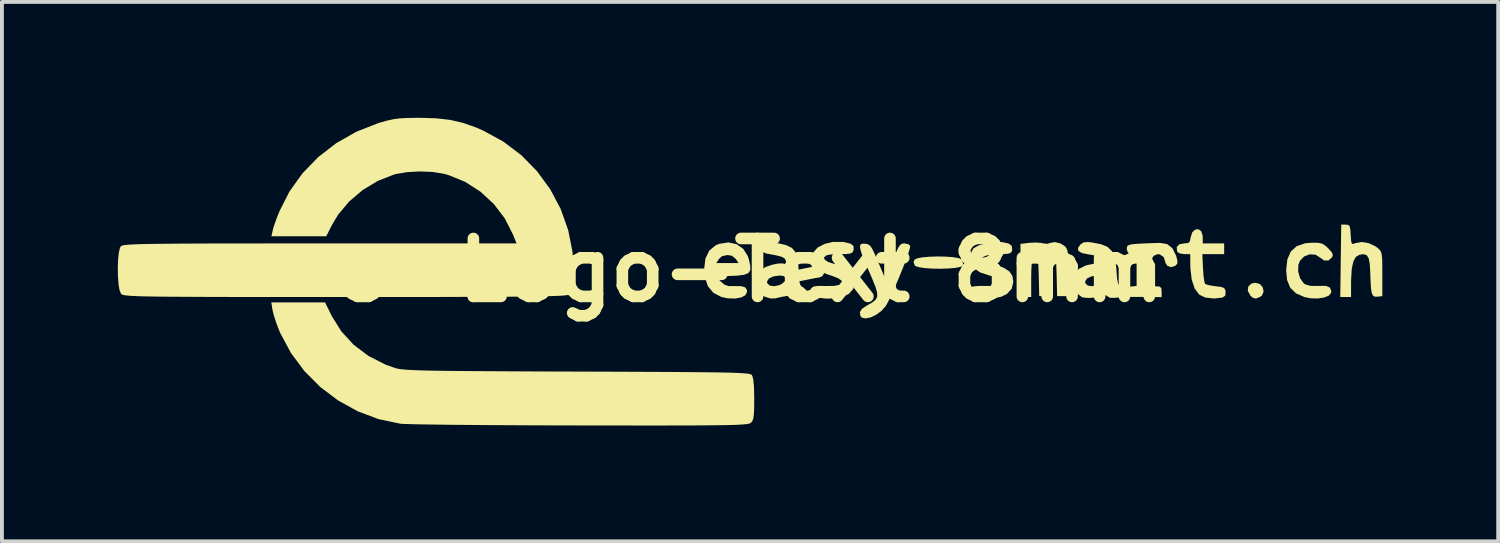
<source format=kicad_pcb>
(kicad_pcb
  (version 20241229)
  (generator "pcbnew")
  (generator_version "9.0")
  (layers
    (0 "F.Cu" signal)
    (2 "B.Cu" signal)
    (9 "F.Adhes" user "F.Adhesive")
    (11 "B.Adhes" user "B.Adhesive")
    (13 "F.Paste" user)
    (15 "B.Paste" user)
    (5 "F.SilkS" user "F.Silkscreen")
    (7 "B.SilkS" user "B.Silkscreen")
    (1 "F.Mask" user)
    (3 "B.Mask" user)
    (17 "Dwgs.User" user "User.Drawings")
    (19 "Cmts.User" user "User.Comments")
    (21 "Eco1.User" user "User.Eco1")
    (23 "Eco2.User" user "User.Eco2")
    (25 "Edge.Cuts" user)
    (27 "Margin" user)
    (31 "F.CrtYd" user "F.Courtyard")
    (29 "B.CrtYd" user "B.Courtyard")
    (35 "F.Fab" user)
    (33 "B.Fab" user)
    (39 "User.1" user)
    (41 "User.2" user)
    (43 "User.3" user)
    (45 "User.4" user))
  (footprint "e-Logo-Text 8mm"
    (layer "F.Cu")
    (at 16.385 3.946)
    (property "Reference" "e-Logo-Text 8mm" (at 0 0 0) (layer "F.SilkS") (effects (font (size 1.5 1.5) (thickness 0.3))))
    (attr board_only exclude_from_pos_files exclude_from_bom)
    (fp_poly (pts (xy 13.186 0.359) (xy 13.259 0.445) (xy 13.281 0.552) (xy 13.241 0.651) (xy 13.189 0.692) (xy 13.079 0.735) (xy 12.999 0.713) (xy 12.938 0.656) (xy 12.872 0.533) (xy 12.884 0.422) (xy 12.965 0.345) (xy 13.07 0.324)) (stroke (width 0) (type solid)) (fill yes) (layer "F.SilkS"))
    (fp_poly (pts (xy 5.052 -0.352) (xy 5.241 -0.338) (xy 5.388 -0.313) (xy 5.468 -0.279) (xy 5.473 -0.272) (xy 5.5 -0.171) (xy 5.491 -0.122) (xy 5.434 -0.087) (xy 5.305 -0.061) (xy 5.128 -0.045) (xy 4.924 -0.038) (xy 4.714 -0.041) (xy 4.521 -0.053) (xy 4.365 -0.076) (xy 4.268 -0.107) (xy 4.253 -0.12) (xy 4.217 -0.208) (xy 4.241 -0.27) (xy 4.309 -0.306) (xy 4.447 -0.333) (xy 4.632 -0.349) (xy 4.841 -0.356)) (stroke (width 0) (type solid)) (fill yes) (layer "F.SilkS"))
    (fp_poly (pts (xy 14.692 -0.71) (xy 14.798 -0.687) (xy 14.884 -0.632) (xy 14.955 -0.566) (xy 15.046 -0.464) (xy 15.074 -0.394) (xy 15.054 -0.335) (xy 14.959 -0.251) (xy 14.846 -0.253) (xy 14.753 -0.32) (xy 14.622 -0.402) (xy 14.472 -0.411) (xy 14.33 -0.355) (xy 14.222 -0.243) (xy 14.181 -0.139) (xy 14.176 0.035) (xy 14.225 0.205) (xy 14.316 0.335) (xy 14.364 0.369) (xy 14.5 0.406) (xy 14.69 0.408) (xy 14.709 0.406) (xy 14.894 0.406) (xy 15 0.451) (xy 15.033 0.542) (xy 15.028 0.586) (xy 14.972 0.657) (xy 14.848 0.707) (xy 14.683 0.732) (xy 14.5 0.728) (xy 14.34 0.696) (xy 14.12 0.599) (xy 13.972 0.455) (xy 13.889 0.255) (xy 13.865 0) (xy 13.895 -0.276) (xy 13.985 -0.483) (xy 14.139 -0.623) (xy 14.357 -0.698) (xy 14.53 -0.712)) (stroke (width 0) (type solid)) (fill yes) (layer "F.SilkS"))
    (fp_poly (pts (xy 15.472 -1.173) (xy 15.509 -1.137) (xy 15.527 -1.049) (xy 15.536 -0.916) (xy 15.546 -0.768) (xy 15.562 -0.695) (xy 15.594 -0.678) (xy 15.654 -0.699) (xy 15.66 -0.702) (xy 15.82 -0.731) (xy 16.006 -0.699) (xy 16.181 -0.616) (xy 16.228 -0.58) (xy 16.281 -0.532) (xy 16.317 -0.482) (xy 16.338 -0.413) (xy 16.35 -0.306) (xy 16.354 -0.143) (xy 16.355 0.094) (xy 16.355 0.1) (xy 16.355 0.671) (xy 16.229 0.685) (xy 16.161 0.686) (xy 16.114 0.66) (xy 16.082 0.593) (xy 16.062 0.473) (xy 16.05 0.284) (xy 16.043 0.074) (xy 16.03 -0.156) (xy 16.002 -0.307) (xy 15.951 -0.389) (xy 15.871 -0.415) (xy 15.763 -0.4) (xy 15.669 -0.343) (xy 15.603 -0.223) (xy 15.563 -0.03) (xy 15.547 0.242) (xy 15.546 0.335) (xy 15.545 0.694) (xy 15.406 0.694) (xy 15.266 0.694) (xy 15.278 -0.243) (xy 15.291 -1.18) (xy 15.407 -1.18)) (stroke (width 0) (type solid)) (fill yes) (layer "F.SilkS"))
    (fp_poly (pts (xy -0.365 -0.675) (xy -0.193 -0.554) (xy -0.074 -0.366) (xy -0.05 -0.295) (xy -0.01 -0.12) (xy -0.009 0.000118) (xy -0.061 0.076) (xy -0.175 0.12) (xy -0.364 0.142) (xy -0.511 0.148) (xy -0.902 0.162) (xy -0.774 0.293) (xy -0.677 0.375) (xy -0.578 0.41) (xy -0.431 0.412) (xy -0.424 0.411) (xy -0.245 0.413) (xy -0.141 0.444) (xy -0.097 0.513) (xy -0.093 0.559) (xy -0.134 0.646) (xy -0.245 0.705) (xy -0.405 0.734) (xy -0.594 0.727) (xy -0.757 0.693) (xy -0.963 0.587) (xy -1.106 0.415) (xy -1.186 0.177) (xy -1.203 -0.037) (xy -1.185 -0.185) (xy -0.89 -0.185) (xy -0.601 -0.185) (xy -0.313 -0.185) (xy -0.382 -0.289) (xy -0.483 -0.374) (xy -0.601 -0.393) (xy -0.745 -0.362) (xy -0.821 -0.289) (xy -0.89 -0.185) (xy -1.185 -0.185) (xy -1.17 -0.304) (xy -1.072 -0.507) (xy -0.908 -0.643) (xy -0.813 -0.683) (xy -0.577 -0.72)) (stroke (width 0) (type solid)) (fill yes) (layer "F.SilkS"))
    (fp_poly (pts (xy 11.666 -1.009) (xy 11.704 -0.89) (xy 11.705 -0.857) (xy 11.705 -0.694) (xy 11.983 -0.694) (xy 12.26 -0.694) (xy 12.26 -0.555) (xy 12.26 -0.416) (xy 11.978 -0.416) (xy 11.695 -0.416) (xy 11.712 -0.05) (xy 11.724 0.127) (xy 11.742 0.268) (xy 11.762 0.347) (xy 11.766 0.354) (xy 11.83 0.379) (xy 11.954 0.404) (xy 12.044 0.415) (xy 12.186 0.434) (xy 12.26 0.463) (xy 12.29 0.517) (xy 12.298 0.561) (xy 12.288 0.659) (xy 12.216 0.707) (xy 12.205 0.71) (xy 11.997 0.733) (xy 11.769 0.708) (xy 11.615 0.633) (xy 11.498 0.477) (xy 11.42 0.246) (xy 11.385 -0.054) (xy 11.383 -0.15) (xy 11.381 -0.416) (xy 11.224 -0.416) (xy 11.098 -0.437) (xy 11.041 -0.486) (xy 11.032 -0.6) (xy 11.101 -0.672) (xy 11.222 -0.694) (xy 11.328 -0.704) (xy 11.375 -0.752) (xy 11.39 -0.84) (xy 11.431 -0.976) (xy 11.506 -1.051) (xy 11.592 -1.062)) (stroke (width 0) (type solid)) (fill yes) (layer "F.SilkS"))
    (fp_poly (pts (xy 8.017 -0.695) (xy 8.14 -0.616) (xy 8.169 -0.58) (xy 8.2 -0.511) (xy 8.219 -0.406) (xy 8.227 -0.247) (xy 8.227 -0.019) (xy 8.225 0.098) (xy 8.212 0.671) (xy 8.073 0.671) (xy 7.935 0.671) (xy 7.922 0.127) (xy 7.914 -0.112) (xy 7.902 -0.273) (xy 7.886 -0.368) (xy 7.861 -0.41) (xy 7.842 -0.416) (xy 7.812 -0.399) (xy 7.791 -0.337) (xy 7.777 -0.219) (xy 7.767 -0.029) (xy 7.763 0.127) (xy 7.75 0.671) (xy 7.611 0.671) (xy 7.472 0.671) (xy 7.459 0.127) (xy 7.451 -0.116) (xy 7.438 -0.279) (xy 7.42 -0.374) (xy 7.395 -0.414) (xy 7.383 -0.416) (xy 7.335 -0.395) (xy 7.3 -0.323) (xy 7.278 -0.19) (xy 7.267 0.015) (xy 7.264 0.243) (xy 7.264 0.694) (xy 7.125 0.694) (xy 6.986 0.694) (xy 6.986 0.006) (xy 6.986 -0.681) (xy 7.22 -0.709) (xy 7.378 -0.717) (xy 7.513 -0.708) (xy 7.557 -0.697) (xy 7.682 -0.683) (xy 7.742 -0.702) (xy 7.871 -0.728)) (stroke (width 0) (type solid)) (fill yes) (layer "F.SilkS"))
    (fp_poly (pts (xy 4.083 -0.674) (xy 4.131 -0.632) (xy 4.123 -0.568) (xy 4.083 -0.437) (xy 4.018 -0.256) (xy 3.936 -0.043) (xy 3.843 0.186) (xy 3.747 0.414) (xy 3.654 0.622) (xy 3.571 0.795) (xy 3.506 0.914) (xy 3.499 0.925) (xy 3.387 1.053) (xy 3.248 1.155) (xy 3.103 1.223) (xy 2.971 1.249) (xy 2.874 1.226) (xy 2.84 1.181) (xy 2.828 1.083) (xy 2.884 0.998) (xy 3.019 0.909) (xy 3.029 0.904) (xy 3.155 0.832) (xy 3.237 0.764) (xy 3.277 0.684) (xy 3.274 0.577) (xy 3.23 0.426) (xy 3.146 0.217) (xy 3.074 0.051) (xy 2.957 -0.219) (xy 2.879 -0.416) (xy 2.838 -0.551) (xy 2.831 -0.634) (xy 2.858 -0.676) (xy 2.917 -0.688) (xy 2.966 -0.685) (xy 3.032 -0.673) (xy 3.085 -0.642) (xy 3.136 -0.575) (xy 3.196 -0.458) (xy 3.276 -0.275) (xy 3.3 -0.219) (xy 3.49 0.233) (xy 3.672 -0.23) (xy 3.755 -0.436) (xy 3.816 -0.57) (xy 3.865 -0.647) (xy 3.912 -0.684) (xy 3.967 -0.694) (xy 3.982 -0.694)) (stroke (width 0) (type solid)) (fill yes) (layer "F.SilkS"))
    (fp_poly (pts (xy 2.439 -0.724) (xy 2.592 -0.685) (xy 2.664 -0.624) (xy 2.667 -0.531) (xy 2.662 -0.514) (xy 2.634 -0.46) (xy 2.577 -0.431) (xy 2.469 -0.418) (xy 2.337 -0.416) (xy 2.171 -0.412) (xy 2.036 -0.401) (xy 1.97 -0.388) (xy 1.901 -0.336) (xy 1.915 -0.274) (xy 2.003 -0.215) (xy 2.094 -0.185) (xy 2.35 -0.108) (xy 2.525 -0.026) (xy 2.633 0.073) (xy 2.684 0.197) (xy 2.693 0.301) (xy 2.656 0.483) (xy 2.542 0.614) (xy 2.364 0.693) (xy 2.161 0.73) (xy 1.947 0.736) (xy 1.76 0.713) (xy 1.669 0.682) (xy 1.564 0.607) (xy 1.544 0.525) (xy 1.572 0.464) (xy 1.624 0.425) (xy 1.729 0.407) (xy 1.906 0.408) (xy 1.915 0.409) (xy 2.151 0.407) (xy 2.304 0.379) (xy 2.374 0.332) (xy 2.357 0.271) (xy 2.252 0.202) (xy 2.057 0.129) (xy 2.022 0.119) (xy 1.799 0.037) (xy 1.657 -0.063) (xy 1.586 -0.19) (xy 1.573 -0.297) (xy 1.616 -0.454) (xy 1.733 -0.585) (xy 1.909 -0.68) (xy 2.128 -0.732) (xy 2.375 -0.733)) (stroke (width 0) (type solid)) (fill yes) (layer "F.SilkS"))
    (fp_poly (pts (xy 6.508 -0.728) (xy 6.674 -0.693) (xy 6.759 -0.632) (xy 6.773 -0.534) (xy 6.767 -0.504) (xy 6.741 -0.456) (xy 6.68 -0.429) (xy 6.563 -0.418) (xy 6.446 -0.416) (xy 6.245 -0.406) (xy 6.092 -0.377) (xy 6.002 -0.334) (xy 5.989 -0.282) (xy 5.99 -0.28) (xy 6.044 -0.248) (xy 6.162 -0.201) (xy 6.32 -0.148) (xy 6.336 -0.143) (xy 6.559 -0.06) (xy 6.703 0.035) (xy 6.779 0.154) (xy 6.801 0.306) (xy 6.759 0.481) (xy 6.636 0.615) (xy 6.482 0.689) (xy 6.295 0.725) (xy 6.07 0.734) (xy 5.857 0.715) (xy 5.783 0.699) (xy 5.685 0.638) (xy 5.648 0.544) (xy 5.683 0.452) (xy 5.687 0.448) (xy 5.761 0.421) (xy 5.903 0.407) (xy 6.05 0.407) (xy 6.219 0.407) (xy 6.355 0.395) (xy 6.426 0.376) (xy 6.475 0.31) (xy 6.44 0.242) (xy 6.327 0.179) (xy 6.178 0.135) (xy 5.939 0.057) (xy 5.783 -0.054) (xy 5.704 -0.203) (xy 5.691 -0.314) (xy 5.716 -0.476) (xy 5.772 -0.568) (xy 5.899 -0.64) (xy 6.084 -0.696) (xy 6.294 -0.729) (xy 6.494 -0.729)) (stroke (width 0) (type solid)) (fill yes) (layer "F.SilkS"))
    (fp_poly (pts (xy 0.703 -0.7) (xy 0.919 -0.649) (xy 1.068 -0.577) (xy 1.163 -0.465) (xy 1.215 -0.298) (xy 1.24 -0.059) (xy 1.242 -0.008) (xy 1.252 0.19) (xy 1.266 0.315) (xy 1.29 0.388) (xy 1.329 0.427) (xy 1.358 0.442) (xy 1.436 0.511) (xy 1.457 0.576) (xy 1.431 0.644) (xy 1.339 0.689) (xy 1.278 0.704) (xy 1.123 0.718) (xy 1.038 0.691) (xy 0.955 0.665) (xy 0.816 0.687) (xy 0.801 0.691) (xy 0.639 0.729) (xy 0.52 0.732) (xy 0.4 0.698) (xy 0.343 0.675) (xy 0.199 0.569) (xy 0.123 0.421) (xy 0.119 0.294) (xy 0.424 0.294) (xy 0.431 0.34) (xy 0.497 0.399) (xy 0.612 0.414) (xy 0.744 0.386) (xy 0.822 0.344) (xy 0.914 0.255) (xy 0.917 0.186) (xy 0.834 0.146) (xy 0.749 0.139) (xy 0.587 0.16) (xy 0.473 0.215) (xy 0.424 0.294) (xy 0.119 0.294) (xy 0.118 0.253) (xy 0.185 0.087) (xy 0.279 -0.018) (xy 0.394 -0.085) (xy 0.546 -0.139) (xy 0.703 -0.172) (xy 0.83 -0.177) (xy 0.879 -0.162) (xy 0.918 -0.163) (xy 0.922 -0.214) (xy 0.895 -0.282) (xy 0.864 -0.317) (xy 0.785 -0.353) (xy 0.65 -0.387) (xy 0.551 -0.405) (xy 0.401 -0.433) (xy 0.321 -0.469) (xy 0.289 -0.524) (xy 0.287 -0.537) (xy 0.298 -0.646) (xy 0.373 -0.707) (xy 0.52 -0.722)) (stroke (width 0) (type solid)) (fill yes) (layer "F.SilkS"))
    (fp_poly (pts (xy -10.844 1.188) (xy -10.597 1.584) (xy -10.278 1.931) (xy -9.895 2.22) (xy -9.457 2.443) (xy -9.207 2.532) (xy -9.157 2.545) (xy -9.096 2.557) (xy -9.017 2.567) (xy -8.915 2.576) (xy -8.784 2.584) (xy -8.619 2.591) (xy -8.413 2.597) (xy -8.161 2.602) (xy -7.858 2.606) (xy -7.497 2.61) (xy -7.073 2.613) (xy -6.58 2.616) (xy -6.013 2.619) (xy -5.365 2.622) (xy -4.632 2.624) (xy -4.488 2.625) (xy -3.742 2.627) (xy -3.084 2.63) (xy -2.507 2.632) (xy -2.007 2.635) (xy -1.577 2.638) (xy -1.213 2.642) (xy -0.908 2.645) (xy -0.658 2.65) (xy -0.457 2.655) (xy -0.299 2.662) (xy -0.179 2.669) (xy -0.092 2.677) (xy -0.033 2.686) (xy 0.006 2.697) (xy 0.027 2.709) (xy 0.035 2.716) (xy 0.065 2.811) (xy 0.085 2.997) (xy 0.092 3.275) (xy 0.093 3.333) (xy 0.091 3.571) (xy 0.083 3.734) (xy 0.069 3.84) (xy 0.043 3.906) (xy 0.008 3.949) (xy -0.012 3.962) (xy -0.045 3.973) (xy -0.096 3.983) (xy -0.172 3.991) (xy -0.277 3.999) (xy -0.418 4.005) (xy -0.599 4.01) (xy -0.826 4.013) (xy -1.106 4.016) (xy -1.443 4.019) (xy -1.843 4.02) (xy -2.312 4.021) (xy -2.855 4.021) (xy -3.477 4.02) (xy -4.185 4.02) (xy -4.422 4.019) (xy -5.055 4.018) (xy -5.667 4.016) (xy -6.251 4.013) (xy -6.799 4.01) (xy -7.304 4.006) (xy -7.76 4.002) (xy -8.16 3.997) (xy -8.497 3.992) (xy -8.763 3.987) (xy -8.952 3.981) (xy -9.056 3.976) (xy -9.065 3.975) (xy -9.632 3.856) (xy -10.173 3.653) (xy -10.68 3.373) (xy -11.143 3.024) (xy -11.553 2.612) (xy -11.901 2.145) (xy -12.177 1.631) (xy -12.209 1.556) (xy -12.282 1.364) (xy -12.343 1.177) (xy -12.379 1.033) (xy -12.38 1.025) (xy -12.411 0.833) (xy -11.715 0.833) (xy -11.019 0.833)) (stroke (width 0) (type solid)) (fill yes) (layer "F.SilkS"))
    (fp_poly (pts (xy 8.833 -0.719) (xy 9.075 -0.672) (xy 9.246 -0.6) (xy 9.36 -0.486) (xy 9.429 -0.316) (xy 9.466 -0.075) (xy 9.473 0.026) (xy 9.489 0.229) (xy 9.516 0.355) (xy 9.566 0.42) (xy 9.654 0.44) (xy 9.794 0.43) (xy 9.82 0.427) (xy 9.993 0.406) (xy 9.993 -0.002) (xy 9.993 -0.41) (xy 9.866 -0.425) (xy 9.771 -0.454) (xy 9.74 -0.529) (xy 9.739 -0.555) (xy 9.742 -0.599) (xy 9.757 -0.631) (xy 9.799 -0.655) (xy 9.878 -0.672) (xy 10.008 -0.684) (xy 10.201 -0.694) (xy 10.468 -0.703) (xy 10.604 -0.707) (xy 10.784 -0.677) (xy 10.919 -0.57) (xy 11.013 -0.382) (xy 11.021 -0.357) (xy 11.051 -0.235) (xy 11.044 -0.166) (xy 10.995 -0.115) (xy 10.991 -0.112) (xy 10.886 -0.079) (xy 10.79 -0.113) (xy 10.736 -0.197) (xy 10.734 -0.224) (xy 10.694 -0.34) (xy 10.594 -0.409) (xy 10.542 -0.416) (xy 10.435 -0.374) (xy 10.362 -0.248) (xy 10.323 -0.043) (xy 10.317 0.103) (xy 10.317 0.416) (xy 10.479 0.416) (xy 10.588 0.424) (xy 10.633 0.463) (xy 10.641 0.557) (xy 10.641 0.697) (xy 10.098 0.691) (xy 9.871 0.692) (xy 9.667 0.697) (xy 9.512 0.706) (xy 9.433 0.716) (xy 9.3 0.714) (xy 9.243 0.677) (xy 9.171 0.637) (xy 9.132 0.647) (xy 9.05 0.683) (xy 8.913 0.708) (xy 8.76 0.718) (xy 8.627 0.71) (xy 8.576 0.696) (xy 8.438 0.591) (xy 8.35 0.43) (xy 8.329 0.294) (xy 8.66 0.294) (xy 8.666 0.34) (xy 8.732 0.399) (xy 8.848 0.414) (xy 8.98 0.386) (xy 9.058 0.344) (xy 9.149 0.255) (xy 9.152 0.186) (xy 9.07 0.146) (xy 8.984 0.139) (xy 8.822 0.16) (xy 8.708 0.215) (xy 8.66 0.294) (xy 8.329 0.294) (xy 8.328 0.287) (xy 8.37 0.11) (xy 8.491 -0.03) (xy 8.681 -0.125) (xy 8.827 -0.156) (xy 8.973 -0.17) (xy 9.081 -0.169) (xy 9.116 -0.161) (xy 9.156 -0.157) (xy 9.15 -0.21) (xy 9.103 -0.292) (xy 9.012 -0.35) (xy 8.845 -0.394) (xy 8.768 -0.405) (xy 8.582 -0.443) (xy 8.485 -0.5) (xy 8.475 -0.578) (xy 8.541 -0.669) (xy 8.617 -0.719) (xy 8.727 -0.73)) (stroke (width 0) (type solid)) (fill yes) (layer "F.SilkS"))
    (fp_poly (pts (xy -8.14 -3.933) (xy -7.78 -3.892) (xy -7.449 -3.815) (xy -7.116 -3.698) (xy -6.926 -3.616) (xy -6.403 -3.33) (xy -5.935 -2.976) (xy -5.529 -2.561) (xy -5.188 -2.095) (xy -4.918 -1.585) (xy -4.724 -1.039) (xy -4.611 -0.468) (xy -4.586 0.123) (xy -4.587 0.158) (xy -4.599 0.362) (xy -4.617 0.495) (xy -4.645 0.576) (xy -4.69 0.626) (xy -4.693 0.628) (xy -4.717 0.638) (xy -4.764 0.647) (xy -4.839 0.655) (xy -4.946 0.662) (xy -5.089 0.668) (xy -5.274 0.673) (xy -5.504 0.678) (xy -5.785 0.682) (xy -6.121 0.685) (xy -6.518 0.688) (xy -6.978 0.69) (xy -7.507 0.691) (xy -8.11 0.693) (xy -8.792 0.693) (xy -9.556 0.694) (xy -10.407 0.694) (xy -10.504 0.694) (xy -11.351 0.694) (xy -12.11 0.694) (xy -12.786 0.693) (xy -13.384 0.693) (xy -13.91 0.692) (xy -14.367 0.69) (xy -14.76 0.688) (xy -15.095 0.686) (xy -15.377 0.683) (xy -15.609 0.679) (xy -15.798 0.675) (xy -15.947 0.669) (xy -16.063 0.663) (xy -16.149 0.655) (xy -16.21 0.647) (xy -16.252 0.638) (xy -16.279 0.627) (xy -16.296 0.615) (xy -16.302 0.609) (xy -16.339 0.521) (xy -16.366 0.365) (xy -16.381 0.167) (xy -16.385 -0.05) (xy -16.378 -0.262) (xy -16.36 -0.446) (xy -16.33 -0.577) (xy -16.305 -0.621) (xy -16.287 -0.633) (xy -16.253 -0.643) (xy -16.198 -0.652) (xy -16.117 -0.66) (xy -16.006 -0.667) (xy -15.858 -0.673) (xy -15.669 -0.678) (xy -15.434 -0.682) (xy -15.148 -0.685) (xy -14.805 -0.688) (xy -14.402 -0.69) (xy -13.932 -0.692) (xy -13.39 -0.693) (xy -12.772 -0.693) (xy -12.072 -0.694) (xy -11.286 -0.694) (xy -11.147 -0.694) (xy -6.062 -0.694) (xy -6.155 -0.928) (xy -6.367 -1.344) (xy -6.652 -1.717) (xy -6.998 -2.035) (xy -7.393 -2.288) (xy -7.824 -2.464) (xy -7.958 -2.5) (xy -8.246 -2.545) (xy -8.574 -2.557) (xy -8.903 -2.538) (xy -9.191 -2.489) (xy -9.23 -2.478) (xy -9.652 -2.313) (xy -10.044 -2.077) (xy -10.392 -1.782) (xy -10.678 -1.442) (xy -10.829 -1.192) (xy -10.988 -0.879) (xy -11.697 -0.879) (xy -12.407 -0.879) (xy -12.375 -1.029) (xy -12.342 -1.145) (xy -12.284 -1.313) (xy -12.212 -1.498) (xy -12.202 -1.522) (xy -11.94 -2.039) (xy -11.602 -2.51) (xy -11.195 -2.93) (xy -10.727 -3.291) (xy -10.208 -3.586) (xy -9.644 -3.807) (xy -9.6 -3.821) (xy -9.411 -3.874) (xy -9.247 -3.91) (xy -9.079 -3.932) (xy -8.879 -3.942) (xy -8.621 -3.946) (xy -8.559 -3.946)) (stroke (width 0) (type solid)) (fill yes) (layer "F.SilkS")))
  (gr_rect
    (start -3 -3)
    (end 35.74 10.966)
    (stroke (width 0.1) (type default))
    (fill no)
    (layer "Edge.Cuts")))
</source>
